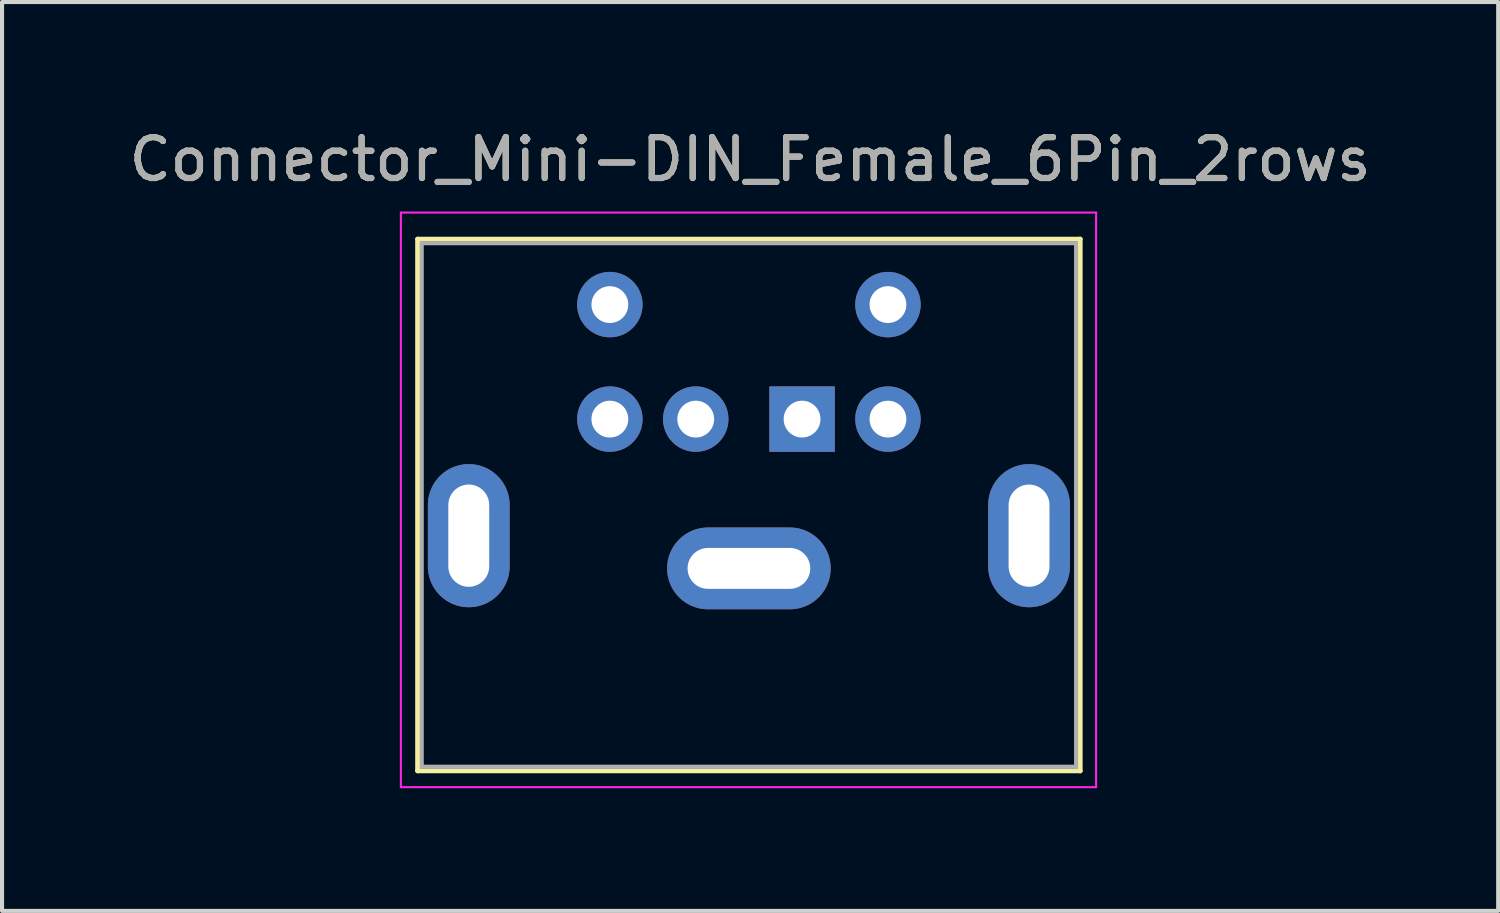
<source format=kicad_pcb>
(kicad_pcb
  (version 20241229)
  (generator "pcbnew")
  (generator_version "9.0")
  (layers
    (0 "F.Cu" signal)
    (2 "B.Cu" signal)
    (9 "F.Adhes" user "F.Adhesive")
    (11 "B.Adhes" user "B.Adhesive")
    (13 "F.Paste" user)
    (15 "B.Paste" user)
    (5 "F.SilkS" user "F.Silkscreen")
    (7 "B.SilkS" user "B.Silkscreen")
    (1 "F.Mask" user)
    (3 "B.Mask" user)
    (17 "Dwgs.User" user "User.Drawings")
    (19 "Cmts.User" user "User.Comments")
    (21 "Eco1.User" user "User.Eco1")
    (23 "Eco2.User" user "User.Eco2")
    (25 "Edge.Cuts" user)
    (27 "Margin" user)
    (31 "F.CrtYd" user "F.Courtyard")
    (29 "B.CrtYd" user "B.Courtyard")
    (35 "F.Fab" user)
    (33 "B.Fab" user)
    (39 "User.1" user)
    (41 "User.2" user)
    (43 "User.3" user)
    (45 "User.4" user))
  (footprint "Connector_Mini-DIN_Female_6Pin_2rows"
    (layer "F.Cu")
    (at 16.562 7.198)
    (property "Reference" "Connector_Mini-DIN_Female_6Pin_2rows" (at -1.27 -6.35 0) (layer "F.SilkS") (effects (font (size 1 1) (thickness 0.15))))
    (attr through_hole)
    (fp_line (start -9.4 -4.4) (end -9.4 8.6) (stroke (width 0.12) (type solid)) (layer "F.SilkS"))
    (fp_line (start -9.4 -4.4) (end 6.8 -4.4) (stroke (width 0.12) (type solid)) (layer "F.SilkS"))
    (fp_line (start -9.4 8.6) (end 6.8 8.6) (stroke (width 0.12) (type solid)) (layer "F.SilkS"))
    (fp_line (start 6.8 -4.4) (end 6.8 8.6) (stroke (width 0.12) (type solid)) (layer "F.SilkS"))
    (fp_line (start -9.81 -5.05) (end -9.81 9) (stroke (width 0.05) (type solid)) (layer "F.CrtYd"))
    (fp_line (start -9.81 -5.05) (end 7.19 -5.05) (stroke (width 0.05) (type solid)) (layer "F.CrtYd"))
    (fp_line (start 7.19 9) (end -9.81 9) (stroke (width 0.05) (type solid)) (layer "F.CrtYd"))
    (fp_line (start 7.19 9) (end 7.19 -5.05) (stroke (width 0.05) (type solid)) (layer "F.CrtYd"))
    (fp_line (start -9.3 -4.3) (end 6.7 -4.3) (stroke (width 0.1) (type solid)) (layer "F.Fab"))
    (fp_line (start -9.3 8.5) (end -9.3 -4.3) (stroke (width 0.1) (type solid)) (layer "F.Fab"))
    (fp_line (start 6.7 -4.3) (end 6.7 8.5) (stroke (width 0.1) (type solid)) (layer "F.Fab"))
    (fp_line (start 6.7 8.5) (end -9.3 8.5) (stroke (width 0.1) (type solid)) (layer "F.Fab"))
    (fp_text user "${REFERENCE}" (at -1.27 -6.35 0) (layer "F.Fab") (effects (font (size 1 1) (thickness 0.15))))
    (pad "1" thru_hole rect (at 0 0) (size 1.6 1.6) (drill 0.9) (layers "*.Cu" "*.Mask"))
    (pad "2" thru_hole circle (at -2.6 0) (size 1.6 1.6) (drill 0.9) (layers "*.Cu" "*.Mask"))
    (pad "3" thru_hole circle (at 2.1 0) (size 1.6 1.6) (drill 0.9) (layers "*.Cu" "*.Mask"))
    (pad "4" thru_hole circle (at -4.7 0) (size 1.6 1.6) (drill 0.9) (layers "*.Cu" "*.Mask"))
    (pad "5" thru_hole circle (at 2.1 -2.8) (size 1.6 1.6) (drill 0.9) (layers "*.Cu" "*.Mask"))
    (pad "6" thru_hole circle (at -4.7 -2.8) (size 1.6 1.6) (drill 0.9) (layers "*.Cu" "*.Mask"))
    (pad "7" thru_hole oval (at -8.15 2.85) (size 2 3.5) (drill oval 1 2.5) (layers "*.Cu" "*.Mask"))
    (pad "7" thru_hole oval (at -1.3 3.65) (size 4 2) (drill oval 3 1) (layers "*.Cu" "*.Mask"))
    (pad "7" thru_hole oval (at 5.55 2.85) (size 2 3.5) (drill oval 1 2.5) (layers "*.Cu" "*.Mask")))
  (gr_rect
    (start -3 -3)
    (end 33.583 19.223)
    (stroke (width 0.1) (type default))
    (fill no)
    (layer "Edge.Cuts")))
</source>
